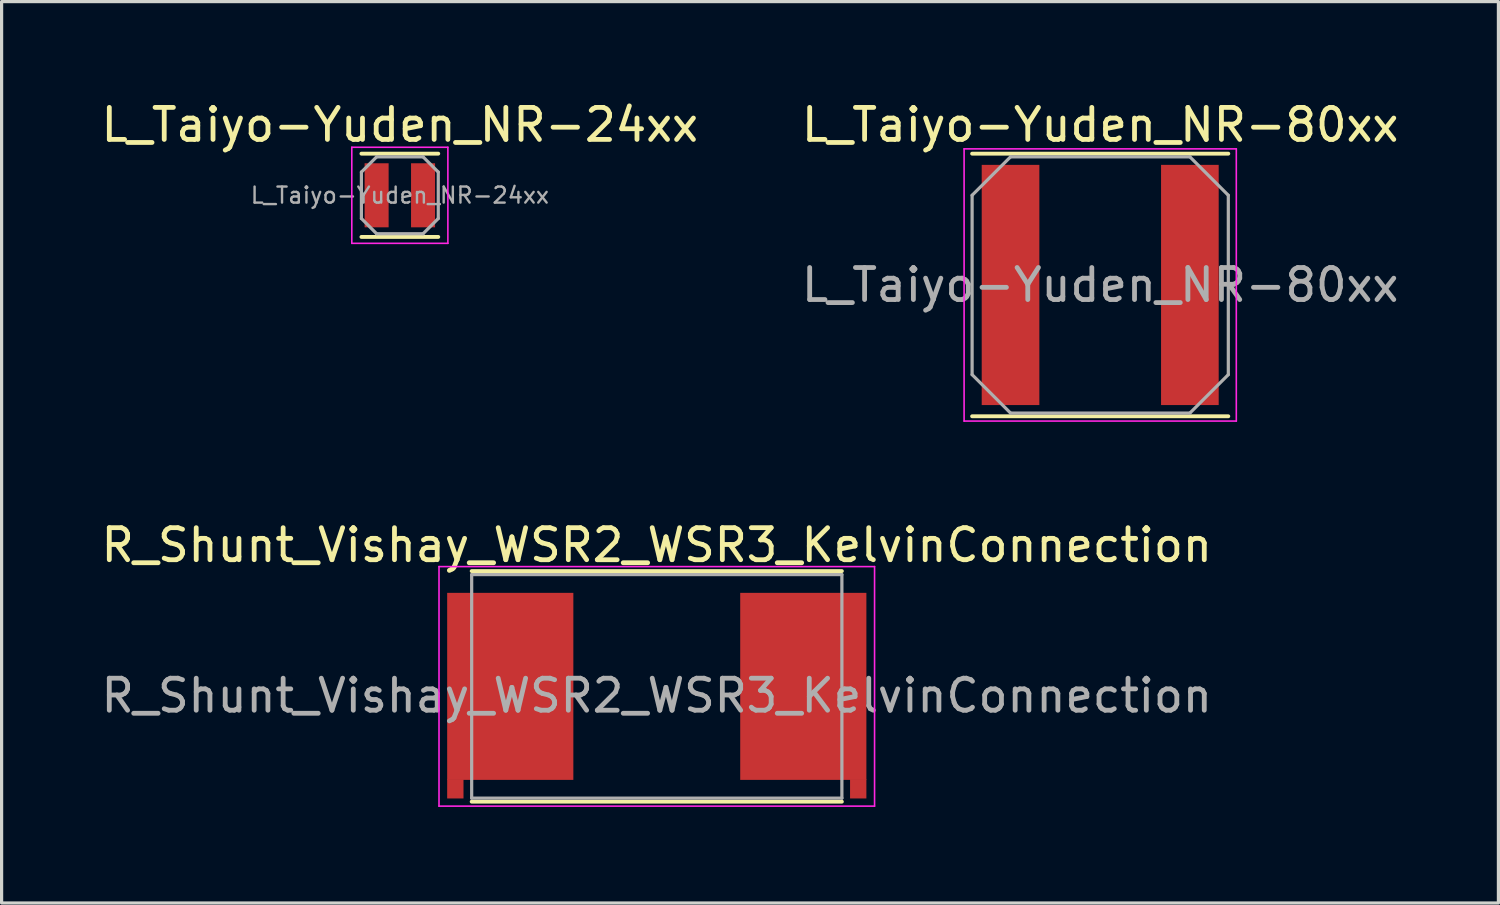
<source format=kicad_pcb>
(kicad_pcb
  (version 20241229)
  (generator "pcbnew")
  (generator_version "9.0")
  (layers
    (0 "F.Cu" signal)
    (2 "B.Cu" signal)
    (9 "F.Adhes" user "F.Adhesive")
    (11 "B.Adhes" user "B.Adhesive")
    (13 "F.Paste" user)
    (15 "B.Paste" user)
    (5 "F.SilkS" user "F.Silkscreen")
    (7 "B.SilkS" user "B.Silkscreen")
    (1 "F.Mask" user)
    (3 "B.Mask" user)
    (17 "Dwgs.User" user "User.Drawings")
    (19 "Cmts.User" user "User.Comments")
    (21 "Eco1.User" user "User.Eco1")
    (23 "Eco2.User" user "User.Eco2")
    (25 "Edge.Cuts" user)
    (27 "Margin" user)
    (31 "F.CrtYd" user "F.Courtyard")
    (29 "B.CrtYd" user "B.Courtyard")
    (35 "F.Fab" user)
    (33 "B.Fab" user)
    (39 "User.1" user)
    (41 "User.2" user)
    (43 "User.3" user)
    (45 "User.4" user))
  (footprint "L_Taiyo-Yuden_NR-80xx"
    (layer "F.Cu")
    (at 31.304 5.848)
    (property "Reference" "L_Taiyo-Yuden_NR-80xx" (at 0 -5 0) (layer "F.SilkS") (effects (font (size 1 1) (thickness 0.15))))
    (attr smd)
    (fp_line (start -4 -4.1) (end 4 -4.1) (stroke (width 0.12) (type solid)) (layer "F.SilkS"))
    (fp_line (start -4 4.1) (end 4 4.1) (stroke (width 0.12) (type solid)) (layer "F.SilkS"))
    (fp_line (start -4.25 -4.25) (end -4.25 4.25) (stroke (width 0.05) (type solid)) (layer "F.CrtYd"))
    (fp_line (start -4.25 4.25) (end 4.25 4.25) (stroke (width 0.05) (type solid)) (layer "F.CrtYd"))
    (fp_line (start 4.25 -4.25) (end -4.25 -4.25) (stroke (width 0.05) (type solid)) (layer "F.CrtYd"))
    (fp_line (start 4.25 4.25) (end 4.25 -4.25) (stroke (width 0.05) (type solid)) (layer "F.CrtYd"))
    (fp_line (start -4 -2.8) (end -2.8 -4) (stroke (width 0.1) (type solid)) (layer "F.Fab"))
    (fp_line (start -4 2.8) (end -4 -2.8) (stroke (width 0.1) (type solid)) (layer "F.Fab"))
    (fp_line (start -4 2.8) (end -2.8 4) (stroke (width 0.1) (type solid)) (layer "F.Fab"))
    (fp_line (start -2.8 -4) (end 2.8 -4) (stroke (width 0.1) (type solid)) (layer "F.Fab"))
    (fp_line (start -2.8 4) (end 2.8 4) (stroke (width 0.1) (type solid)) (layer "F.Fab"))
    (fp_line (start 4 -2.8) (end 2.8 -4) (stroke (width 0.1) (type solid)) (layer "F.Fab"))
    (fp_line (start 4 2.8) (end 2.8 4) (stroke (width 0.1) (type solid)) (layer "F.Fab"))
    (fp_line (start 4 2.8) (end 4 -2.8) (stroke (width 0.1) (type solid)) (layer "F.Fab"))
    (fp_text user "${REFERENCE}" (at 0 0 0) (layer "F.Fab") (effects (font (size 1 1) (thickness 0.15))))
    (pad "1" smd rect (at -2.8 0) (size 1.8 7.5) (layers "F.Cu" "F.Mask" "F.Paste"))
    (pad "2" smd rect (at 2.8 0) (size 1.8 7.5) (layers "F.Cu" "F.Mask" "F.Paste")))
  (footprint "R_Shunt_Vishay_WSR2_WSR3_KelvinConnection"
    (layer "F.Cu")
    (at 17.458 18.672)
    (property "Reference" "R_Shunt_Vishay_WSR2_WSR3_KelvinConnection" (at 0 -4.7 0) (layer "F.SilkS") (effects (font (size 1 1) (thickness 0.15))))
    (attr smd)
    (fp_line (start -5.78 -3.89) (end 5.78 -3.89) (stroke (width 0.12) (type solid)) (layer "F.SilkS"))
    (fp_line (start -5.78 3.31) (end 5.78 3.31) (stroke (width 0.12) (type solid)) (layer "F.SilkS"))
    (fp_line (start -6.8 -4.03) (end -6.8 3.45) (stroke (width 0.05) (type solid)) (layer "F.CrtYd"))
    (fp_line (start -6.8 -4.03) (end 6.8 -4.03) (stroke (width 0.05) (type solid)) (layer "F.CrtYd"))
    (fp_line (start -6.8 3.45) (end 6.8 3.45) (stroke (width 0.05) (type solid)) (layer "F.CrtYd"))
    (fp_line (start 6.8 -4.03) (end 6.8 3.45) (stroke (width 0.05) (type solid)) (layer "F.CrtYd"))
    (fp_line (start -5.78 -3.78) (end -5.78 3.2) (stroke (width 0.1) (type solid)) (layer "F.Fab"))
    (fp_line (start -5.78 -3.78) (end 5.78 -3.78) (stroke (width 0.1) (type solid)) (layer "F.Fab"))
    (fp_line (start -5.78 3.2) (end 5.78 3.2) (stroke (width 0.1) (type solid)) (layer "F.Fab"))
    (fp_line (start 5.78 -3.78) (end 5.78 3.2) (stroke (width 0.1) (type solid)) (layer "F.Fab"))
    (fp_text user "${REFERENCE}" (at 0 0 0) (layer "F.Fab") (effects (font (size 1 1) (thickness 0.15))))
    (pad "1" smd rect (at -4.575 -0.29) (size 3.94 5.84) (layers "F.Cu" "F.Mask" "F.Paste"))
    (pad "2" smd rect (at -6.29 2.91) (size 0.51 0.6) (layers "F.Cu" "F.Mask" "F.Paste"))
    (pad "3" smd rect (at 6.29 2.91) (size 0.51 0.6) (layers "F.Cu" "F.Mask" "F.Paste"))
    (pad "4" smd rect (at 4.575 -0.29) (size 3.94 5.84) (layers "F.Cu" "F.Mask" "F.Paste")))
  (footprint "L_Taiyo-Yuden_NR-24xx"
    (layer "F.Cu")
    (at 9.435 3.048)
    (property "Reference" "L_Taiyo-Yuden_NR-24xx" (at 0 -2.2 0) (layer "F.SilkS") (effects (font (size 1 1) (thickness 0.15))))
    (attr smd)
    (fp_line (start -1.2 -1.3) (end 1.2 -1.3) (stroke (width 0.12) (type solid)) (layer "F.SilkS"))
    (fp_line (start -1.2 1.3) (end 1.2 1.3) (stroke (width 0.12) (type solid)) (layer "F.SilkS"))
    (fp_line (start -1.5 -1.5) (end -1.5 1.5) (stroke (width 0.05) (type solid)) (layer "F.CrtYd"))
    (fp_line (start -1.5 1.5) (end 1.5 1.5) (stroke (width 0.05) (type solid)) (layer "F.CrtYd"))
    (fp_line (start 1.5 -1.5) (end -1.5 -1.5) (stroke (width 0.05) (type solid)) (layer "F.CrtYd"))
    (fp_line (start 1.5 1.5) (end 1.5 -1.5) (stroke (width 0.05) (type solid)) (layer "F.CrtYd"))
    (fp_line (start -1.2 -0.725) (end -1.2 0.725) (stroke (width 0.1) (type solid)) (layer "F.Fab"))
    (fp_line (start -1.2 -0.725) (end -0.725 -1.2) (stroke (width 0.1) (type solid)) (layer "F.Fab"))
    (fp_line (start -1.2 0.725) (end -0.725 1.2) (stroke (width 0.1) (type solid)) (layer "F.Fab"))
    (fp_line (start -0.725 -1.2) (end 0.725 -1.2) (stroke (width 0.1) (type solid)) (layer "F.Fab"))
    (fp_line (start -0.725 1.2) (end 0.725 1.2) (stroke (width 0.1) (type solid)) (layer "F.Fab"))
    (fp_line (start 1.2 -0.725) (end 0.725 -1.2) (stroke (width 0.1) (type solid)) (layer "F.Fab"))
    (fp_line (start 1.2 -0.725) (end 1.2 0.725) (stroke (width 0.1) (type solid)) (layer "F.Fab"))
    (fp_line (start 1.2 0.725) (end 0.725 1.2) (stroke (width 0.1) (type solid)) (layer "F.Fab"))
    (fp_text user "${REFERENCE}" (at 0 0 0) (layer "F.Fab") (effects (font (size 0.5 0.5) (thickness 0.075))))
    (pad "1" smd rect (at -0.725 0) (size 0.75 2) (layers "F.Cu" "F.Mask" "F.Paste"))
    (pad "2" smd rect (at 0.725 0) (size 0.75 2) (layers "F.Cu" "F.Mask" "F.Paste")))
  (gr_rect
    (start -3 -3)
    (end 43.738 25.146)
    (stroke (width 0.1) (type default))
    (fill no)
    (layer "Edge.Cuts")))
</source>
